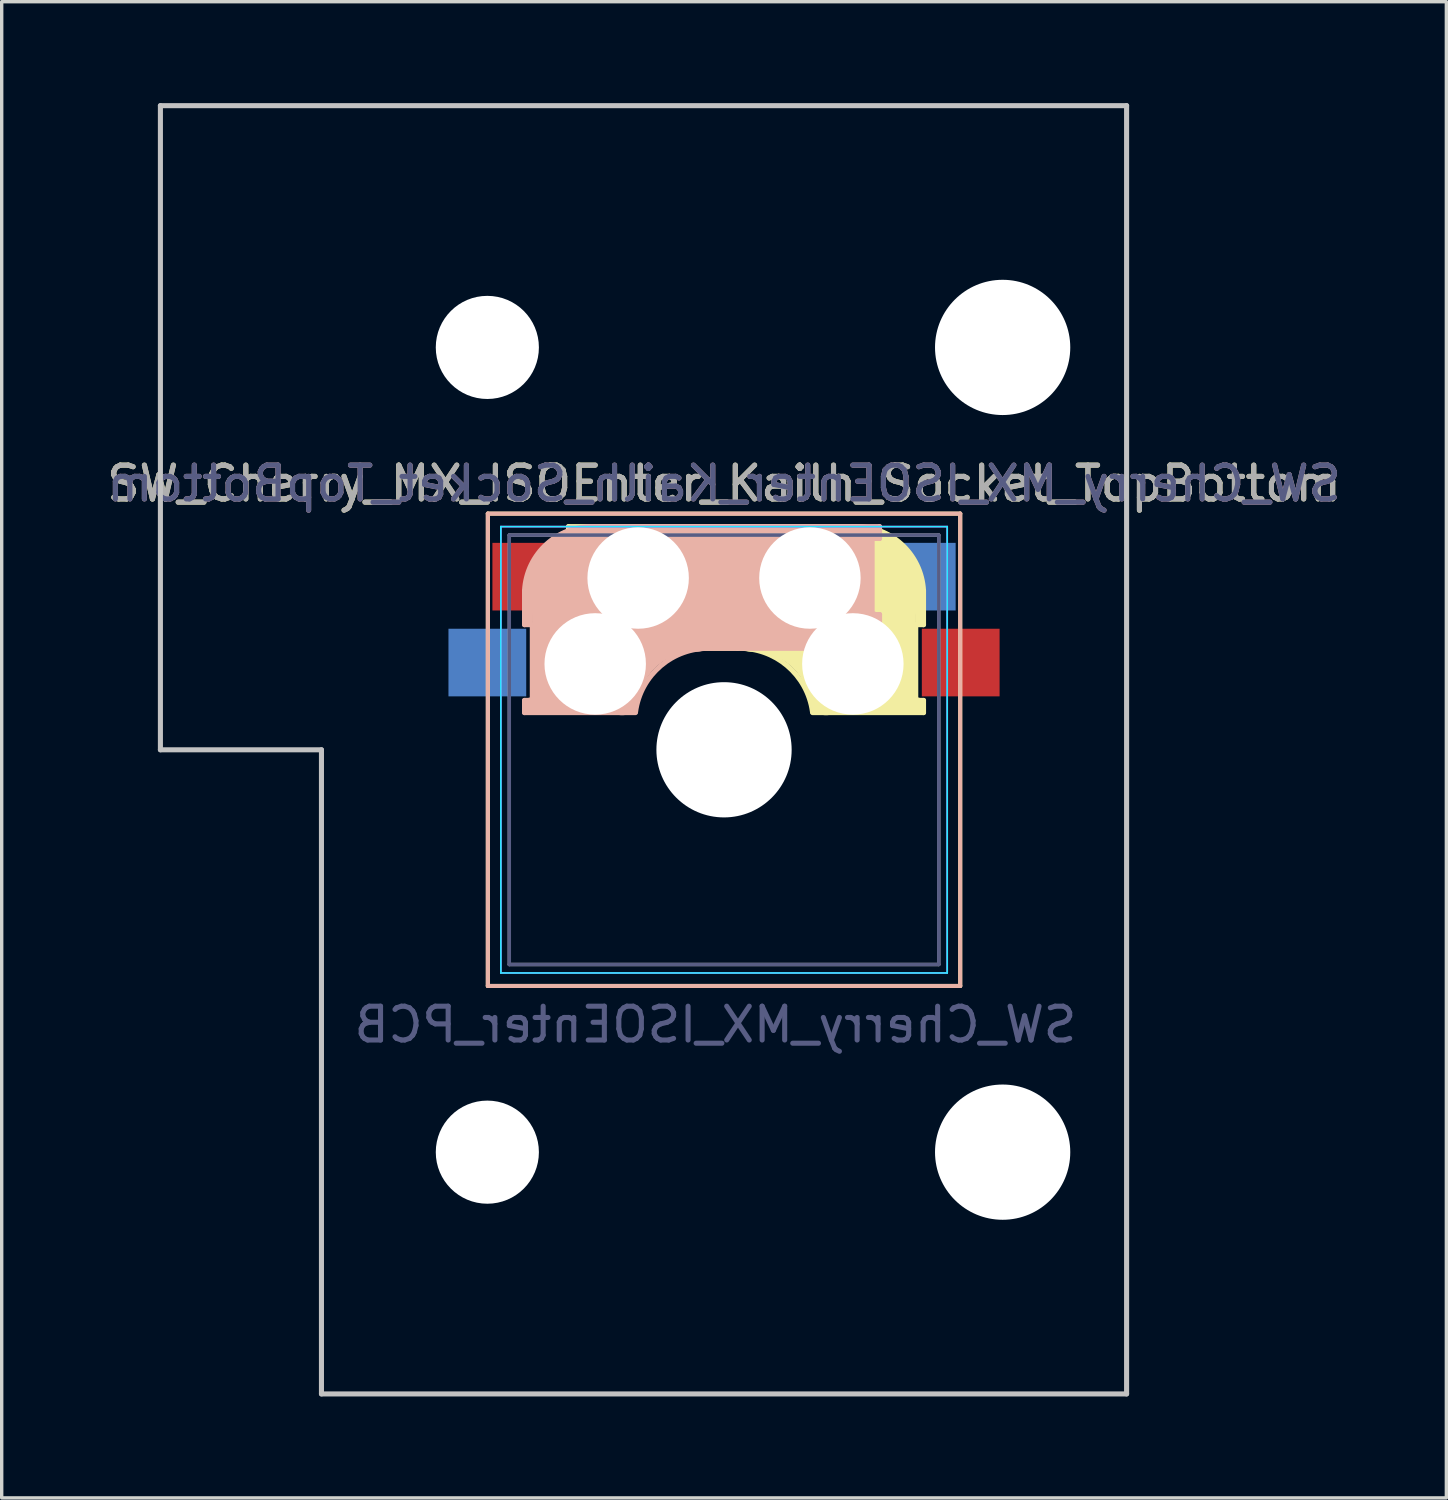
<source format=kicad_pcb>
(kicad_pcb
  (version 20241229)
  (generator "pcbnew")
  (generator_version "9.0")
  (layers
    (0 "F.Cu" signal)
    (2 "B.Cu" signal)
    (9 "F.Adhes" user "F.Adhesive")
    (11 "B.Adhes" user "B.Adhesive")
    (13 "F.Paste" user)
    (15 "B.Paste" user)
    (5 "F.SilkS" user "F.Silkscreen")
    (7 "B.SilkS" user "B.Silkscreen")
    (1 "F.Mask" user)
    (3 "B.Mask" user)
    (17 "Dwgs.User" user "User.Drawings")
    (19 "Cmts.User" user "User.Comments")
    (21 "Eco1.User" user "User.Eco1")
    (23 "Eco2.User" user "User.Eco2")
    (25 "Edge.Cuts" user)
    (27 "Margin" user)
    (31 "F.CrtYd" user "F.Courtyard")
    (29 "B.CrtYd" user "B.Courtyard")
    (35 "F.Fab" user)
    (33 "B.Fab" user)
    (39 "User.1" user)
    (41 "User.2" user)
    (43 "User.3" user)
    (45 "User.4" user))
  (footprint "SW_Cherry_MX_ISOEnter_Kailh_Socket_TopBottom"
    (layer "F.Cu")
    (at 20.903 14.045)
    (property "Reference" "SW_Cherry_MX_ISOEnter_Kailh_Socket_TopBottom" (at -2.54 -2.794 0) (layer "F.SilkS") (effects (font (size 1 1) (thickness 0.15))))
    (property "Value" "SW_Cherry_MX_ISOEnter_PCB" (at -2.286 13.208 0) (layer "F.Fab") (hide yes) (effects (font (size 1 1) (thickness 0.15))))
    (fp_line (start -9.525 -1.905) (end 4.445 -1.905) (stroke (width 0.12) (type solid)) (layer "F.SilkS"))
    (fp_line (start -9.525 12.065) (end -9.525 -1.905) (stroke (width 0.12) (type solid)) (layer "F.SilkS"))
    (fp_line (start -7.14 -1.52) (end 1.26 -1.52) (stroke (width 0.15) (type solid)) (layer "F.SilkS"))
    (fp_line (start -7.14 -1.17) (end -7.14 -1.52) (stroke (width 0.15) (type solid)) (layer "F.SilkS"))
    (fp_line (start -7.14 1.08) (end -6.94 1.08) (stroke (width 0.15) (type solid)) (layer "F.SilkS"))
    (fp_line (start -7.14 2.08) (end -7.14 1.08) (stroke (width 0.15) (type solid)) (layer "F.SilkS"))
    (fp_line (start -6.94 -1.32) (end -5.54 -1.32) (stroke (width 0.4) (type solid)) (layer "F.SilkS"))
    (fp_line (start -6.94 -1.17) (end -7.14 -1.17) (stroke (width 0.15) (type solid)) (layer "F.SilkS"))
    (fp_line (start -6.94 1.18) (end -6.94 1.88) (stroke (width 0.4) (type solid)) (layer "F.SilkS"))
    (fp_line (start -6.92 1.08) (end -6.92 -1.17) (stroke (width 0.15) (type solid)) (layer "F.SilkS"))
    (fp_line (start -6.84 1.78) (end -5.44 1.78) (stroke (width 0.5) (type solid)) (layer "F.SilkS"))
    (fp_line (start -6.44 -0.92) (end -6.44 1.58) (stroke (width 1) (type solid)) (layer "F.SilkS"))
    (fp_line (start -5.14 0.28) (end 1.56 0.28) (stroke (width 3.5) (type solid)) (layer "F.SilkS"))
    (fp_line (start -2.14 2.08) (end -7.14 2.08) (stroke (width 0.15) (type solid)) (layer "F.SilkS"))
    (fp_line (start 1.63 -0.02) (end 1.63 2.22) (stroke (width 3) (type solid)) (layer "F.SilkS"))
    (fp_line (start 2.76 3.48) (end 2.76 1.68) (stroke (width 0.8) (type solid)) (layer "F.SilkS"))
    (fp_line (start 3.13 1.38) (end 3.13 3.62) (stroke (width 0.15) (type solid)) (layer "F.SilkS"))
    (fp_line (start 3.16 3.62) (end 3.36 3.62) (stroke (width 0.15) (type solid)) (layer "F.SilkS"))
    (fp_line (start 3.16 3.78) (end 0.46 3.78) (stroke (width 0.5) (type solid)) (layer "F.SilkS"))
    (fp_line (start 3.26 1.28) (end 3.26 0.38) (stroke (width 0.3) (type solid)) (layer "F.SilkS"))
    (fp_line (start 3.36 0.38) (end 3.36 1.38) (stroke (width 0.15) (type solid)) (layer "F.SilkS"))
    (fp_line (start 3.36 1.38) (end 3.16 1.38) (stroke (width 0.15) (type solid)) (layer "F.SilkS"))
    (fp_line (start 3.36 3.98) (end 0.08 3.98) (stroke (width 0.15) (type solid)) (layer "F.SilkS"))
    (fp_line (start 3.36 3.98) (end 3.36 3.62) (stroke (width 0.15) (type solid)) (layer "F.SilkS"))
    (fp_line (start 4.445 -1.905) (end 4.445 12.065) (stroke (width 0.12) (type solid)) (layer "F.SilkS"))
    (fp_line (start 4.445 12.065) (end -9.525 12.065) (stroke (width 0.12) (type solid)) (layer "F.SilkS"))
    (fp_arc (start -2.14 2.08) (mid -0.671291 2.593882) (end 0.076318 3.958529) (stroke (width 0.15) (type solid)) (layer "F.SilkS"))
    (fp_arc (start -1.74 1.68) (mid -0.271291 2.193882) (end 0.476318 3.558529) (stroke (width 1) (type solid)) (layer "F.SilkS"))
    (fp_arc (start 1.26 -1.520001) (mid 2.703504 -1.004925) (end 3.360001 0.38) (stroke (width 0.15) (type solid)) (layer "F.SilkS"))
    (fp_line (start -9.525 -1.905) (end -9.525 12.065) (stroke (width 0.12) (type solid)) (layer "B.SilkS"))
    (fp_line (start -9.525 12.065) (end 4.445 12.065) (stroke (width 0.12) (type solid)) (layer "B.SilkS"))
    (fp_line (start -8.44 0.38) (end -8.44 1.38) (stroke (width 0.15) (type solid)) (layer "B.SilkS"))
    (fp_line (start -8.44 1.38) (end -8.24 1.38) (stroke (width 0.15) (type solid)) (layer "B.SilkS"))
    (fp_line (start -8.44 3.98) (end -8.44 3.62) (stroke (width 0.15) (type solid)) (layer "B.SilkS"))
    (fp_line (start -8.44 3.98) (end -5.16 3.98) (stroke (width 0.15) (type solid)) (layer "B.SilkS"))
    (fp_line (start -8.34 1.28) (end -8.34 0.38) (stroke (width 0.3) (type solid)) (layer "B.SilkS"))
    (fp_line (start -8.24 3.62) (end -8.44 3.62) (stroke (width 0.15) (type solid)) (layer "B.SilkS"))
    (fp_line (start -8.24 3.78) (end -5.54 3.78) (stroke (width 0.5) (type solid)) (layer "B.SilkS"))
    (fp_line (start -8.21 1.38) (end -8.21 3.62) (stroke (width 0.15) (type solid)) (layer "B.SilkS"))
    (fp_line (start -7.84 3.48) (end -7.84 1.68) (stroke (width 0.8) (type solid)) (layer "B.SilkS"))
    (fp_line (start -6.71 -0.02) (end -6.71 2.22) (stroke (width 3) (type solid)) (layer "B.SilkS"))
    (fp_line (start -2.94 2.08) (end 2.06 2.08) (stroke (width 0.15) (type solid)) (layer "B.SilkS"))
    (fp_line (start 0.06 0.28) (end -6.64 0.28) (stroke (width 3.5) (type solid)) (layer "B.SilkS"))
    (fp_line (start 1.36 -0.92) (end 1.36 1.58) (stroke (width 1) (type solid)) (layer "B.SilkS"))
    (fp_line (start 1.76 1.78) (end 0.36 1.78) (stroke (width 0.5) (type solid)) (layer "B.SilkS"))
    (fp_line (start 1.84 1.08) (end 1.84 -1.17) (stroke (width 0.15) (type solid)) (layer "B.SilkS"))
    (fp_line (start 1.86 -1.32) (end 0.46 -1.32) (stroke (width 0.4) (type solid)) (layer "B.SilkS"))
    (fp_line (start 1.86 -1.17) (end 2.06 -1.17) (stroke (width 0.15) (type solid)) (layer "B.SilkS"))
    (fp_line (start 1.86 1.18) (end 1.86 1.88) (stroke (width 0.4) (type solid)) (layer "B.SilkS"))
    (fp_line (start 2.06 -1.52) (end -6.34 -1.52) (stroke (width 0.15) (type solid)) (layer "B.SilkS"))
    (fp_line (start 2.06 -1.17) (end 2.06 -1.52) (stroke (width 0.15) (type solid)) (layer "B.SilkS"))
    (fp_line (start 2.06 1.08) (end 1.86 1.08) (stroke (width 0.15) (type solid)) (layer "B.SilkS"))
    (fp_line (start 2.06 2.08) (end 2.06 1.08) (stroke (width 0.15) (type solid)) (layer "B.SilkS"))
    (fp_line (start 4.445 -1.905) (end -9.525 -1.905) (stroke (width 0.12) (type solid)) (layer "B.SilkS"))
    (fp_line (start 4.445 12.065) (end 4.445 -1.905) (stroke (width 0.12) (type solid)) (layer "B.SilkS"))
    (fp_arc (start -8.44 0.380001) (mid -7.783504 -1.004924) (end -6.340001 -1.52) (stroke (width 0.15) (type solid)) (layer "B.SilkS"))
    (fp_arc (start -5.556318 3.558529) (mid -4.808709 2.193882) (end -3.34 1.68) (stroke (width 1) (type solid)) (layer "B.SilkS"))
    (fp_arc (start -5.156318 3.958529) (mid -4.408709 2.593882) (end -2.94 2.08) (stroke (width 0.15) (type solid)) (layer "B.SilkS"))
    (fp_line (start -19.209 -13.97) (end 9.366 -13.97) (stroke (width 0.15) (type solid)) (layer "Dwgs.User"))
    (fp_line (start -19.209 5.08) (end -19.209 -13.97) (stroke (width 0.15) (type solid)) (layer "Dwgs.User"))
    (fp_line (start -14.446 5.08) (end -19.209 5.08) (stroke (width 0.15) (type solid)) (layer "Dwgs.User"))
    (fp_line (start -14.446 24.13) (end -14.446 5.08) (stroke (width 0.15) (type solid)) (layer "Dwgs.User"))
    (fp_line (start 9.366 -13.97) (end 9.366 24.13) (stroke (width 0.15) (type solid)) (layer "Dwgs.User"))
    (fp_line (start 9.366 24.13) (end -14.446 24.13) (stroke (width 0.15) (type solid)) (layer "Dwgs.User"))
    (fp_line (start -9.14 -1.52) (end -9.14 11.68) (stroke (width 0.05) (type solid)) (layer "B.CrtYd"))
    (fp_line (start -9.14 11.68) (end 4.06 11.68) (stroke (width 0.05) (type solid)) (layer "B.CrtYd"))
    (fp_line (start 4.06 -1.52) (end -9.14 -1.52) (stroke (width 0.05) (type solid)) (layer "B.CrtYd"))
    (fp_line (start 4.06 11.68) (end 4.06 -1.52) (stroke (width 0.05) (type solid)) (layer "B.CrtYd"))
    (fp_line (start -9.14 -1.52) (end 4.06 -1.52) (stroke (width 0.05) (type solid)) (layer "F.CrtYd"))
    (fp_line (start -9.14 11.68) (end -9.14 -1.52) (stroke (width 0.05) (type solid)) (layer "F.CrtYd"))
    (fp_line (start 4.06 -1.52) (end 4.06 11.68) (stroke (width 0.05) (type solid)) (layer "F.CrtYd"))
    (fp_line (start 4.06 11.68) (end -9.14 11.68) (stroke (width 0.05) (type solid)) (layer "F.CrtYd"))
    (fp_line (start -8.89 -1.27) (end -8.89 11.43) (stroke (width 0.1) (type solid)) (layer "B.Fab"))
    (fp_line (start -8.89 11.43) (end 3.81 11.43) (stroke (width 0.1) (type solid)) (layer "B.Fab"))
    (fp_line (start 3.81 -1.27) (end -8.89 -1.27) (stroke (width 0.1) (type solid)) (layer "B.Fab"))
    (fp_line (start 3.81 11.43) (end 3.81 -1.27) (stroke (width 0.1) (type solid)) (layer "B.Fab"))
    (fp_line (start -8.89 -1.27) (end 3.81 -1.27) (stroke (width 0.1) (type solid)) (layer "F.Fab"))
    (fp_line (start -8.89 11.43) (end -8.89 -1.27) (stroke (width 0.1) (type solid)) (layer "F.Fab"))
    (fp_line (start 3.81 -1.27) (end 3.81 11.43) (stroke (width 0.1) (type solid)) (layer "F.Fab"))
    (fp_line (start 3.81 11.43) (end -8.89 11.43) (stroke (width 0.1) (type solid)) (layer "F.Fab"))
    (fp_text user "${REFERENCE}" (at -2.54 -2.794 0) (layer "B.SilkS") (effects (font (size 1 1) (thickness 0.15)) (justify mirror)))
    (fp_text user "${REFERENCE}" (at -2.54 -2.794 0) (layer "B.Fab") (effects (font (size 1 1) (thickness 0.15)) (justify mirror)))
    (fp_text user "${VALUE}" (at -2.794 13.208 0) (layer "B.Fab") (effects (font (size 1 1) (thickness 0.15)) (justify mirror)))
    (fp_text user "${REFERENCE}" (at -2.54 -2.794 0) (layer "F.Fab") (effects (font (size 1 1) (thickness 0.15))))
    (pad "" np_thru_hole circle (at -9.54 -6.82) (size 3.05 3.05) (drill 3.05) (layers "*.Cu" "*.Mask"))
    (pad "" np_thru_hole circle (at -9.54 16.98) (size 3.05 3.05) (drill 3.05) (layers "*.Cu" "*.Mask"))
    (pad "" np_thru_hole circle (at -6.35 2.54) (size 3 3) (drill 3) (layers "*.Cu" "*.Mask"))
    (pad "" np_thru_hole circle (at -5.08 0) (size 3 3) (drill 3) (layers "*.Cu" "*.Mask"))
    (pad "" np_thru_hole circle (at -2.54 5.08) (size 4 4) (drill 4) (layers "*.Cu" "*.Mask"))
    (pad "" np_thru_hole circle (at 0 0) (size 3 3) (drill 3) (layers "*.Cu" "*.Mask"))
    (pad "" np_thru_hole circle (at 1.27 2.54) (size 3 3) (drill 3) (layers "*.Cu" "*.Mask"))
    (pad "" np_thru_hole circle (at 5.7 -6.82) (size 4 4) (drill 4) (layers "*.Cu" "*.Mask"))
    (pad "" np_thru_hole circle (at 5.7 16.98) (size 4 4) (drill 4) (layers "*.Cu" "*.Mask"))
    (pad "1" smd rect (at 3.16 -0.04) (size 2.3 2) (layers "B.Cu" "B.Mask" "B.Paste"))
    (pad "1" smd rect (at 4.46 2.5) (size 2.3 2) (layers "F.Cu" "F.Mask" "F.Paste"))
    (pad "2" smd rect (at -9.54 2.5) (size 2.3 2) (layers "B.Cu" "B.Mask" "B.Paste"))
    (pad "2" smd rect (at -8.24 -0.04) (size 2.3 2) (layers "F.Cu" "F.Mask" "F.Paste")))
  (gr_rect
    (start -3 -3)
    (end 39.726 41.25)
    (stroke (width 0.1) (type default))
    (fill no)
    (layer "Edge.Cuts")))
</source>
